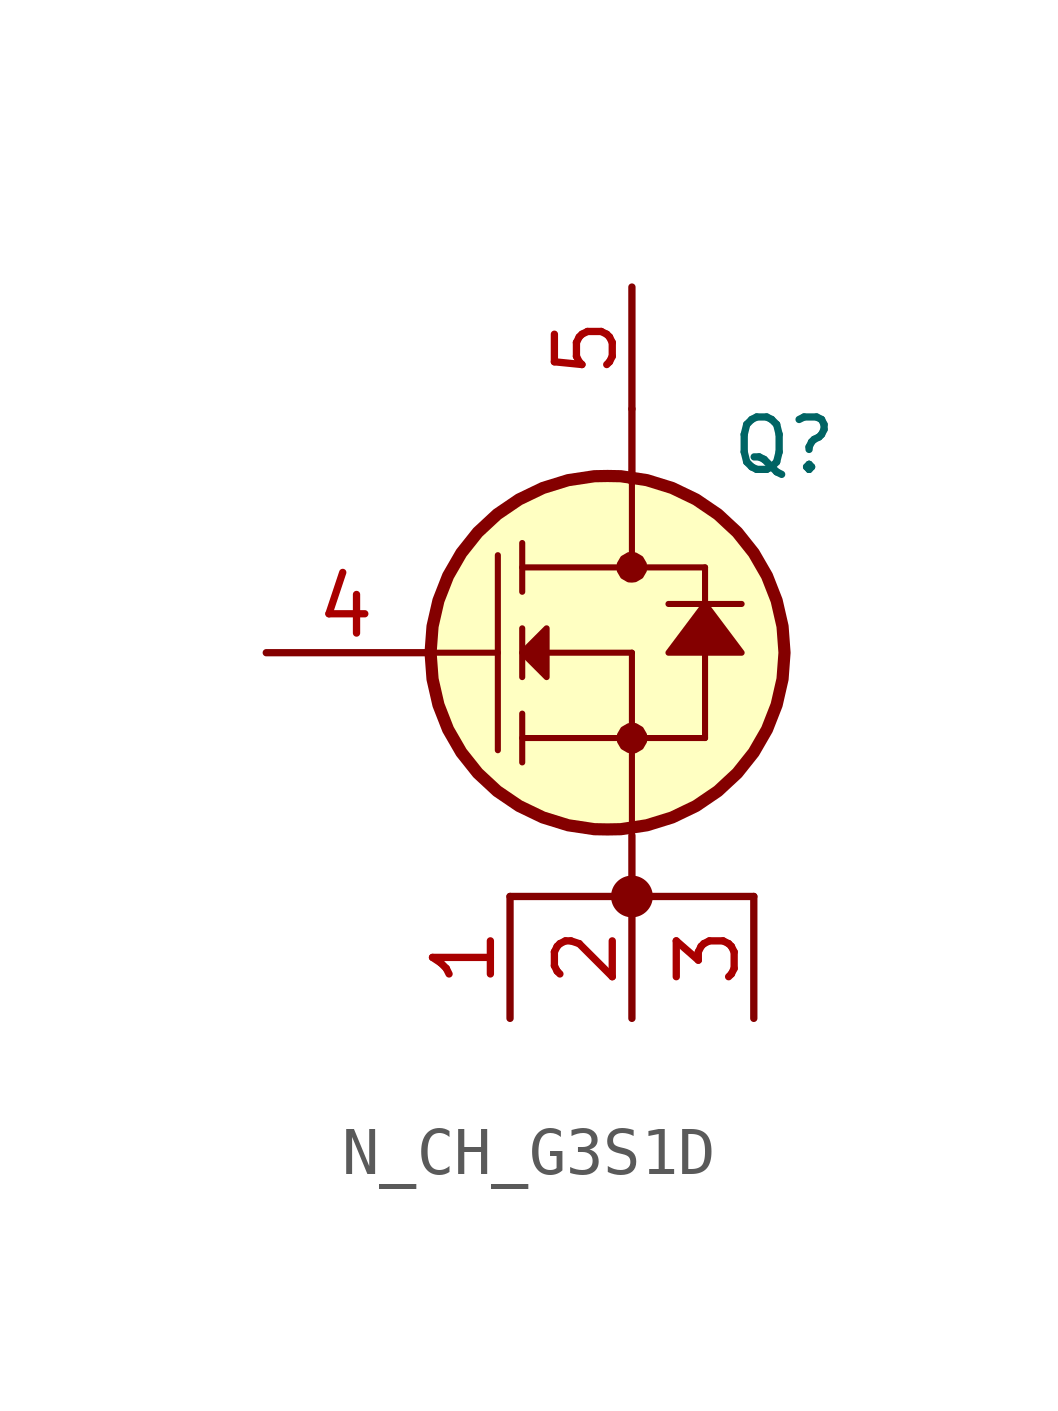
<source format=kicad_sym>
(kicad_symbol_lib
  (version 20231120)
  (generator "kicad_symbol_editor")
  (generator_version "8.0")
  (symbol "N_CH_G3S1D"
    (pin_names hide)
    (property "Reference" "Q"
      (at 9.652 4.318 0)
      (effects (font (size 1.092 1.092)) (justify left)))
    (property "Value" ""
      (at 10.922 2.286 0)
      (effects (font (size 1.092 1.092)) (justify left)))
    (symbol "N_CH_G3S1D_0_1"
      (polyline (pts (xy 7.62 -5.08) (xy 7.62 -3.81)) (stroke (width 0) (type default)) (fill (type none)))
      (polyline (pts (xy 7.62 5.08) (xy 7.62 3.556)) (stroke (width 0) (type default)) (fill (type none)))
      (polyline (pts (xy 5.08 -5.08) (xy 7.62 -5.08) (xy 10.16 -5.08)) (stroke (width 0) (type default)) (fill (type none)))
      (circle (center 7.62 -5.08) (radius 0.359) (stroke (width 0) (type default)) (fill (type outline))))
    (symbol "N_CH_G3S1D_1_0"
      (polyline (pts (xy 3.302 0) (xy 4.826 0)) (stroke (width 0.127) (type solid)) (fill (type none)))
      (polyline (pts (xy 4.826 2.032) (xy 4.826 -2.032)) (stroke (width 0.127) (type solid)) (fill (type none)))
      (polyline (pts (xy 5.334 -1.778) (xy 7.62 -1.778)) (stroke (width 0.127) (type solid)) (fill (type none)))
      (polyline (pts (xy 5.334 -1.27) (xy 5.334 -2.286)) (stroke (width 0.127) (type solid)) (fill (type none)))
      (polyline (pts (xy 5.334 0.508) (xy 5.334 -0.508)) (stroke (width 0.127) (type solid)) (fill (type none)))
      (polyline (pts (xy 5.334 1.778) (xy 7.62 1.778)) (stroke (width 0.127) (type solid)) (fill (type none)))
      (polyline (pts (xy 5.334 2.286) (xy 5.334 1.27)) (stroke (width 0.127) (type solid)) (fill (type none)))
      (polyline (pts (xy 5.842 0) (xy 7.62 0)) (stroke (width 0.127) (type solid)) (fill (type none)))
      (polyline (pts (xy 7.62 0) (xy 7.62 -3.81)) (stroke (width 0.127) (type solid)) (fill (type none)))
      (polyline (pts (xy 7.62 1.778) (xy 7.62 3.81)) (stroke (width 0.127) (type solid)) (fill (type none)))
      (polyline (pts (xy 8.382 1.016) (xy 9.906 1.016)) (stroke (width 0.127) (type solid)) (fill (type none)))
      (polyline (pts (xy 9.144 -1.778) (xy 7.62 -1.778)) (stroke (width 0.127) (type solid)) (fill (type none)))
      (polyline (pts (xy 9.144 0) (xy 9.144 -1.778)) (stroke (width 0.127) (type solid)) (fill (type none)))
      (polyline (pts (xy 9.144 1.016) (xy 9.144 1.778)) (stroke (width 0.127) (type solid)) (fill (type none)))
      (polyline (pts (xy 9.144 1.778) (xy 7.62 1.778)) (stroke (width 0.127) (type solid)) (fill (type none)))
      (polyline (pts (xy 5.334 0) (xy 5.842 0.508) (xy 5.842 -0.508) (xy 5.334 0)) (stroke (width 0.127) (type solid)) (fill (type outline)))
      (polyline (pts (xy 9.144 1.016) (xy 8.382 0) (xy 9.906 0) (xy 9.144 1.016)) (stroke (width 0.127) (type solid)) (fill (type outline)))
      (polyline (pts (xy 7.62 -2.032) (xy 7.554 -2.028) (xy 7.439 -1.961) (xy 7.372 -1.846) (xy 7.372 -1.714) (xy 7.439 -1.599) (xy 7.554 -1.532) (xy 7.62 -1.524) (xy 7.687 -1.528) (xy 7.804 -1.596) (xy 7.872 -1.713) (xy 7.872 -1.847) (xy 7.804 -1.964) (xy 7.687 -2.032) (xy 7.62 -2.032)) (stroke (width 0.127) (type solid)) (fill (type outline)))
      (polyline (pts (xy 7.62 1.524) (xy 7.553 1.528) (xy 7.436 1.596) (xy 7.368 1.713) (xy 7.368 1.847) (xy 7.436 1.964) (xy 7.553 2.032) (xy 7.62 2.032) (xy 7.686 2.028) (xy 7.801 1.961) (xy 7.868 1.846) (xy 7.868 1.714) (xy 7.801 1.599) (xy 7.686 1.532) (xy 7.62 1.524)) (stroke (width 0.127) (type solid)) (fill (type outline)))
      (polyline (pts (xy 7.112 -3.683) (xy 6.836 -3.678) (xy 6.291 -3.596) (xy 5.765 -3.433) (xy 5.268 -3.194) (xy 4.812 -2.884) (xy 4.408 -2.509) (xy 4.065 -2.078) (xy 3.789 -1.6) (xy 3.588 -1.087) (xy 3.465 -0.55) (xy 3.424 0) (xy 3.465 0.55) (xy 3.588 1.087) (xy 3.789 1.6) (xy 4.065 2.078) (xy 4.408 2.509) (xy 4.812 2.884) (xy 5.268 3.194) (xy 5.765 3.433) (xy 6.291 3.596) (xy 6.836 3.678) (xy 7.112 3.683) (xy 7.388 3.678) (xy 7.933 3.596) (xy 8.459 3.433) (xy 8.956 3.194) (xy 9.412 2.884) (xy 9.816 2.509) (xy 10.159 2.078) (xy 10.435 1.6) (xy 10.636 1.087) (xy 10.759 0.55) (xy 10.8 0) (xy 10.759 -0.55) (xy 10.636 -1.087) (xy 10.435 -1.6) (xy 10.159 -2.078) (xy 9.816 -2.509) (xy 9.412 -2.884) (xy 8.956 -3.194) (xy 8.459 -3.433) (xy 7.933 -3.596) (xy 7.388 -3.678) (xy 7.112 -3.683)) (stroke (width 0.254) (type solid)) (fill (type background)))
      (pin passive line (at 5.08 -7.62 90) (length 2.54) (name "" (effects (font (size 1.206 1.206)))) (number "1" (effects (font (size 1.206 1.206)))))
      (pin passive line (at 7.62 -7.62 90) (length 2.54) (name "" (effects (font (size 1.206 1.206)))) (number "2" (effects (font (size 1.206 1.206)))))
      (pin passive line (at 10.16 -7.62 90) (length 2.54) (name "" (effects (font (size 1.206 1.206)))) (number "3" (effects (font (size 1.206 1.206)))))
      (pin passive line (at 0 0 0) (length 3.302) (name "" (effects (font (size 1.206 1.206)))) (number "4" (effects (font (size 1.206 1.206)))))
      (pin passive line (at 7.62 7.62 270) (length 2.54) (name "" (effects (font (size 1.206 1.206)))) (number "5" (effects (font (size 1.206 1.206))))))))
</source>
